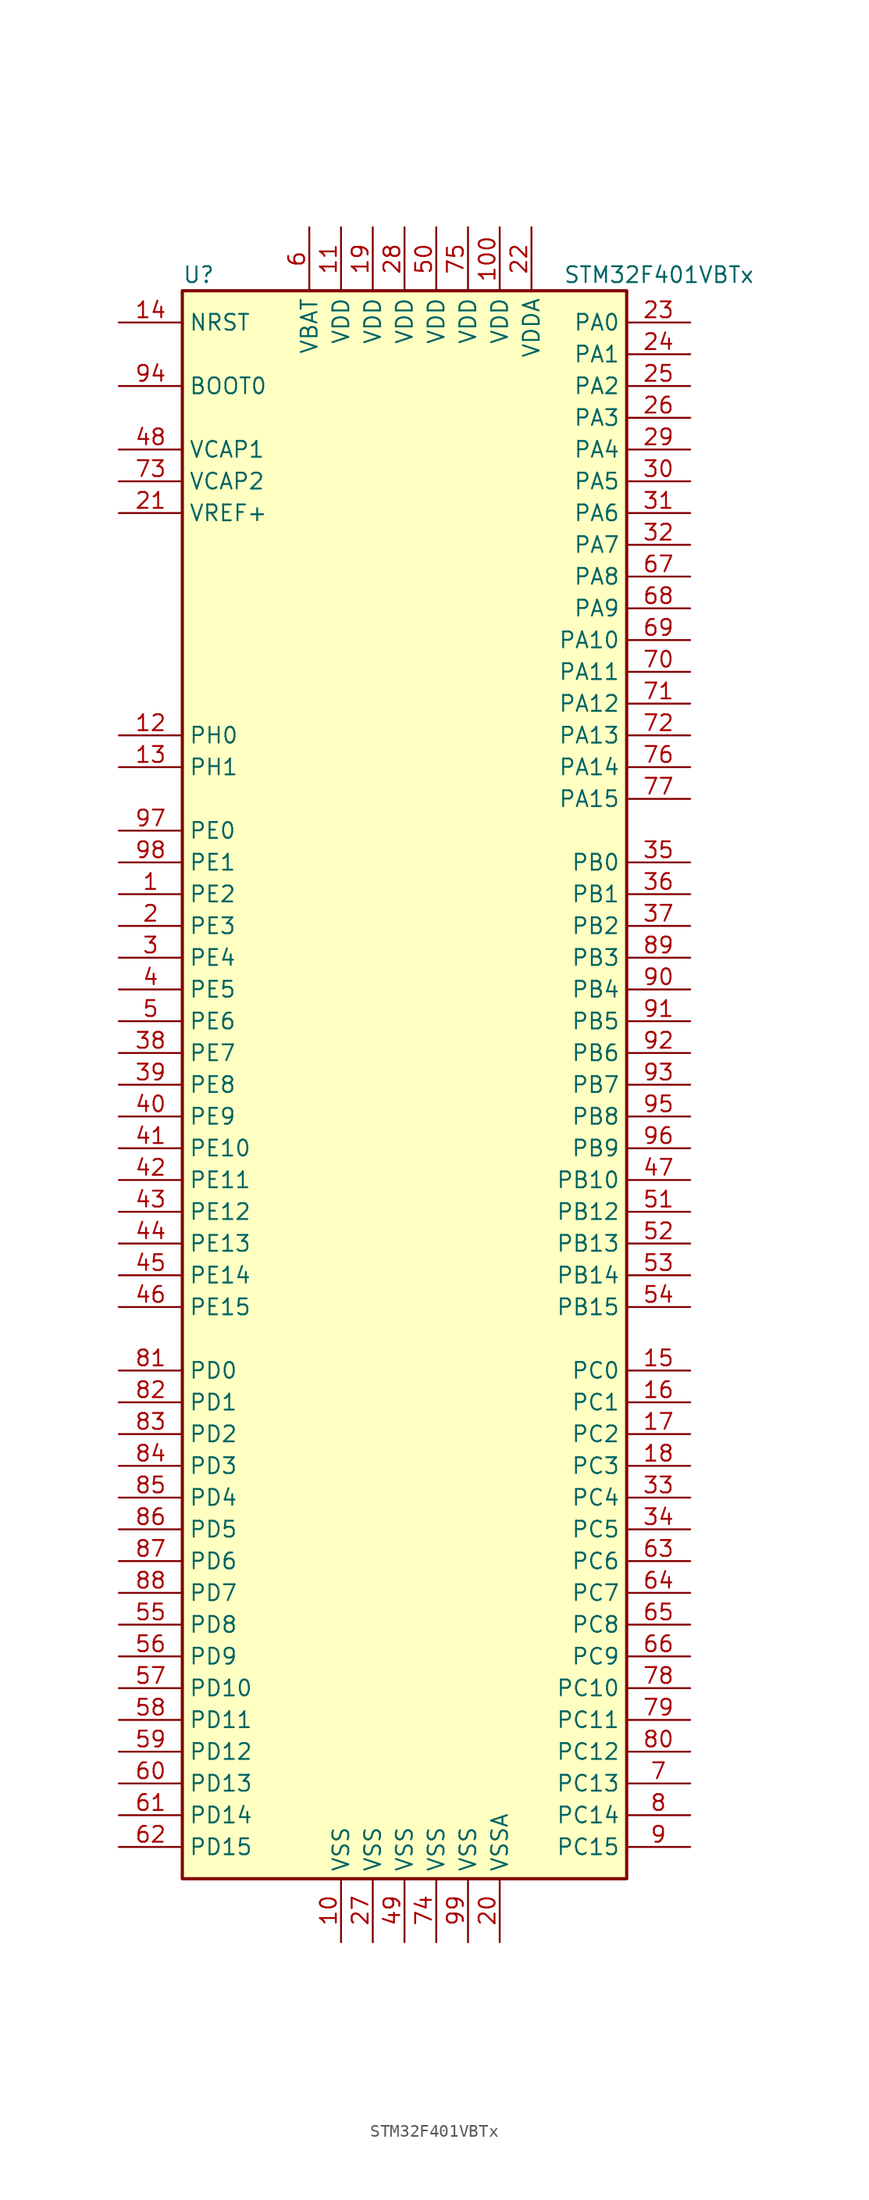
<source format=kicad_sym>
(kicad_symbol_lib
  (version 20201005)
  (generator kicad_symbol_editor)
  (symbol "STM32F401VBTx"
    (property "Reference" "U"
      (at -17.78 64.77 0)
      (effects (font (size 1.27 1.27)) (justify left)))
    (property "Value" "STM32F401VBTx"
      (at 12.7 64.77 0)
      (effects (font (size 1.27 1.27)) (justify left)))
    (symbol "STM32F401VBTx_0_1"
      (rectangle (start -17.78 -63.5) (end 17.78 63.5) (stroke (width 0.254)) (fill (type background))))
    (symbol "STM32F401VBTx_1_1"
      (pin input line (at -22.86 55.88 0) (length 5.08) (name "BOOT0" (effects (font (size 1.27 1.27)))) (number "94" (effects (font (size 1.27 1.27)))))
      (pin input line (at -22.86 60.96 0) (length 5.08) (name "NRST" (effects (font (size 1.27 1.27)))) (number "14" (effects (font (size 1.27 1.27)))))
      (pin bidirectional line (at 22.86 60.96 180) (length 5.08) (name "PA0" (effects (font (size 1.27 1.27)))) (number "23" (effects (font (size 1.27 1.27)))))
      (pin bidirectional line (at 22.86 58.42 180) (length 5.08) (name "PA1" (effects (font (size 1.27 1.27)))) (number "24" (effects (font (size 1.27 1.27)))))
      (pin bidirectional line (at 22.86 35.56 180) (length 5.08) (name "PA10" (effects (font (size 1.27 1.27)))) (number "69" (effects (font (size 1.27 1.27)))))
      (pin bidirectional line (at 22.86 33.02 180) (length 5.08) (name "PA11" (effects (font (size 1.27 1.27)))) (number "70" (effects (font (size 1.27 1.27)))))
      (pin bidirectional line (at 22.86 30.48 180) (length 5.08) (name "PA12" (effects (font (size 1.27 1.27)))) (number "71" (effects (font (size 1.27 1.27)))))
      (pin bidirectional line (at 22.86 27.94 180) (length 5.08) (name "PA13" (effects (font (size 1.27 1.27)))) (number "72" (effects (font (size 1.27 1.27)))))
      (pin bidirectional line (at 22.86 25.4 180) (length 5.08) (name "PA14" (effects (font (size 1.27 1.27)))) (number "76" (effects (font (size 1.27 1.27)))))
      (pin bidirectional line (at 22.86 22.86 180) (length 5.08) (name "PA15" (effects (font (size 1.27 1.27)))) (number "77" (effects (font (size 1.27 1.27)))))
      (pin bidirectional line (at 22.86 55.88 180) (length 5.08) (name "PA2" (effects (font (size 1.27 1.27)))) (number "25" (effects (font (size 1.27 1.27)))))
      (pin bidirectional line (at 22.86 53.34 180) (length 5.08) (name "PA3" (effects (font (size 1.27 1.27)))) (number "26" (effects (font (size 1.27 1.27)))))
      (pin bidirectional line (at 22.86 50.8 180) (length 5.08) (name "PA4" (effects (font (size 1.27 1.27)))) (number "29" (effects (font (size 1.27 1.27)))))
      (pin bidirectional line (at 22.86 48.26 180) (length 5.08) (name "PA5" (effects (font (size 1.27 1.27)))) (number "30" (effects (font (size 1.27 1.27)))))
      (pin bidirectional line (at 22.86 45.72 180) (length 5.08) (name "PA6" (effects (font (size 1.27 1.27)))) (number "31" (effects (font (size 1.27 1.27)))))
      (pin bidirectional line (at 22.86 43.18 180) (length 5.08) (name "PA7" (effects (font (size 1.27 1.27)))) (number "32" (effects (font (size 1.27 1.27)))))
      (pin bidirectional line (at 22.86 40.64 180) (length 5.08) (name "PA8" (effects (font (size 1.27 1.27)))) (number "67" (effects (font (size 1.27 1.27)))))
      (pin bidirectional line (at 22.86 38.1 180) (length 5.08) (name "PA9" (effects (font (size 1.27 1.27)))) (number "68" (effects (font (size 1.27 1.27)))))
      (pin bidirectional line (at 22.86 17.78 180) (length 5.08) (name "PB0" (effects (font (size 1.27 1.27)))) (number "35" (effects (font (size 1.27 1.27)))))
      (pin bidirectional line (at 22.86 15.24 180) (length 5.08) (name "PB1" (effects (font (size 1.27 1.27)))) (number "36" (effects (font (size 1.27 1.27)))))
      (pin bidirectional line (at 22.86 -7.62 180) (length 5.08) (name "PB10" (effects (font (size 1.27 1.27)))) (number "47" (effects (font (size 1.27 1.27)))))
      (pin bidirectional line (at 22.86 -10.16 180) (length 5.08) (name "PB12" (effects (font (size 1.27 1.27)))) (number "51" (effects (font (size 1.27 1.27)))))
      (pin bidirectional line (at 22.86 -12.7 180) (length 5.08) (name "PB13" (effects (font (size 1.27 1.27)))) (number "52" (effects (font (size 1.27 1.27)))))
      (pin bidirectional line (at 22.86 -15.24 180) (length 5.08) (name "PB14" (effects (font (size 1.27 1.27)))) (number "53" (effects (font (size 1.27 1.27)))))
      (pin bidirectional line (at 22.86 -17.78 180) (length 5.08) (name "PB15" (effects (font (size 1.27 1.27)))) (number "54" (effects (font (size 1.27 1.27)))))
      (pin bidirectional line (at 22.86 12.7 180) (length 5.08) (name "PB2" (effects (font (size 1.27 1.27)))) (number "37" (effects (font (size 1.27 1.27)))))
      (pin bidirectional line (at 22.86 10.16 180) (length 5.08) (name "PB3" (effects (font (size 1.27 1.27)))) (number "89" (effects (font (size 1.27 1.27)))))
      (pin bidirectional line (at 22.86 7.62 180) (length 5.08) (name "PB4" (effects (font (size 1.27 1.27)))) (number "90" (effects (font (size 1.27 1.27)))))
      (pin bidirectional line (at 22.86 5.08 180) (length 5.08) (name "PB5" (effects (font (size 1.27 1.27)))) (number "91" (effects (font (size 1.27 1.27)))))
      (pin bidirectional line (at 22.86 2.54 180) (length 5.08) (name "PB6" (effects (font (size 1.27 1.27)))) (number "92" (effects (font (size 1.27 1.27)))))
      (pin bidirectional line (at 22.86 0 180) (length 5.08) (name "PB7" (effects (font (size 1.27 1.27)))) (number "93" (effects (font (size 1.27 1.27)))))
      (pin bidirectional line (at 22.86 -2.54 180) (length 5.08) (name "PB8" (effects (font (size 1.27 1.27)))) (number "95" (effects (font (size 1.27 1.27)))))
      (pin bidirectional line (at 22.86 -5.08 180) (length 5.08) (name "PB9" (effects (font (size 1.27 1.27)))) (number "96" (effects (font (size 1.27 1.27)))))
      (pin bidirectional line (at 22.86 -22.86 180) (length 5.08) (name "PC0" (effects (font (size 1.27 1.27)))) (number "15" (effects (font (size 1.27 1.27)))))
      (pin bidirectional line (at 22.86 -25.4 180) (length 5.08) (name "PC1" (effects (font (size 1.27 1.27)))) (number "16" (effects (font (size 1.27 1.27)))))
      (pin bidirectional line (at 22.86 -48.26 180) (length 5.08) (name "PC10" (effects (font (size 1.27 1.27)))) (number "78" (effects (font (size 1.27 1.27)))))
      (pin bidirectional line (at 22.86 -50.8 180) (length 5.08) (name "PC11" (effects (font (size 1.27 1.27)))) (number "79" (effects (font (size 1.27 1.27)))))
      (pin bidirectional line (at 22.86 -53.34 180) (length 5.08) (name "PC12" (effects (font (size 1.27 1.27)))) (number "80" (effects (font (size 1.27 1.27)))))
      (pin bidirectional line (at 22.86 -55.88 180) (length 5.08) (name "PC13" (effects (font (size 1.27 1.27)))) (number "7" (effects (font (size 1.27 1.27)))))
      (pin bidirectional line (at 22.86 -58.42 180) (length 5.08) (name "PC14" (effects (font (size 1.27 1.27)))) (number "8" (effects (font (size 1.27 1.27)))))
      (pin bidirectional line (at 22.86 -60.96 180) (length 5.08) (name "PC15" (effects (font (size 1.27 1.27)))) (number "9" (effects (font (size 1.27 1.27)))))
      (pin bidirectional line (at 22.86 -27.94 180) (length 5.08) (name "PC2" (effects (font (size 1.27 1.27)))) (number "17" (effects (font (size 1.27 1.27)))))
      (pin bidirectional line (at 22.86 -30.48 180) (length 5.08) (name "PC3" (effects (font (size 1.27 1.27)))) (number "18" (effects (font (size 1.27 1.27)))))
      (pin bidirectional line (at 22.86 -33.02 180) (length 5.08) (name "PC4" (effects (font (size 1.27 1.27)))) (number "33" (effects (font (size 1.27 1.27)))))
      (pin bidirectional line (at 22.86 -35.56 180) (length 5.08) (name "PC5" (effects (font (size 1.27 1.27)))) (number "34" (effects (font (size 1.27 1.27)))))
      (pin bidirectional line (at 22.86 -38.1 180) (length 5.08) (name "PC6" (effects (font (size 1.27 1.27)))) (number "63" (effects (font (size 1.27 1.27)))))
      (pin bidirectional line (at 22.86 -40.64 180) (length 5.08) (name "PC7" (effects (font (size 1.27 1.27)))) (number "64" (effects (font (size 1.27 1.27)))))
      (pin bidirectional line (at 22.86 -43.18 180) (length 5.08) (name "PC8" (effects (font (size 1.27 1.27)))) (number "65" (effects (font (size 1.27 1.27)))))
      (pin bidirectional line (at 22.86 -45.72 180) (length 5.08) (name "PC9" (effects (font (size 1.27 1.27)))) (number "66" (effects (font (size 1.27 1.27)))))
      (pin bidirectional line (at -22.86 -22.86 0) (length 5.08) (name "PD0" (effects (font (size 1.27 1.27)))) (number "81" (effects (font (size 1.27 1.27)))))
      (pin bidirectional line (at -22.86 -25.4 0) (length 5.08) (name "PD1" (effects (font (size 1.27 1.27)))) (number "82" (effects (font (size 1.27 1.27)))))
      (pin bidirectional line (at -22.86 -48.26 0) (length 5.08) (name "PD10" (effects (font (size 1.27 1.27)))) (number "57" (effects (font (size 1.27 1.27)))))
      (pin bidirectional line (at -22.86 -50.8 0) (length 5.08) (name "PD11" (effects (font (size 1.27 1.27)))) (number "58" (effects (font (size 1.27 1.27)))))
      (pin bidirectional line (at -22.86 -53.34 0) (length 5.08) (name "PD12" (effects (font (size 1.27 1.27)))) (number "59" (effects (font (size 1.27 1.27)))))
      (pin bidirectional line (at -22.86 -55.88 0) (length 5.08) (name "PD13" (effects (font (size 1.27 1.27)))) (number "60" (effects (font (size 1.27 1.27)))))
      (pin bidirectional line (at -22.86 -58.42 0) (length 5.08) (name "PD14" (effects (font (size 1.27 1.27)))) (number "61" (effects (font (size 1.27 1.27)))))
      (pin bidirectional line (at -22.86 -60.96 0) (length 5.08) (name "PD15" (effects (font (size 1.27 1.27)))) (number "62" (effects (font (size 1.27 1.27)))))
      (pin bidirectional line (at -22.86 -27.94 0) (length 5.08) (name "PD2" (effects (font (size 1.27 1.27)))) (number "83" (effects (font (size 1.27 1.27)))))
      (pin bidirectional line (at -22.86 -30.48 0) (length 5.08) (name "PD3" (effects (font (size 1.27 1.27)))) (number "84" (effects (font (size 1.27 1.27)))))
      (pin bidirectional line (at -22.86 -33.02 0) (length 5.08) (name "PD4" (effects (font (size 1.27 1.27)))) (number "85" (effects (font (size 1.27 1.27)))))
      (pin bidirectional line (at -22.86 -35.56 0) (length 5.08) (name "PD5" (effects (font (size 1.27 1.27)))) (number "86" (effects (font (size 1.27 1.27)))))
      (pin bidirectional line (at -22.86 -38.1 0) (length 5.08) (name "PD6" (effects (font (size 1.27 1.27)))) (number "87" (effects (font (size 1.27 1.27)))))
      (pin bidirectional line (at -22.86 -40.64 0) (length 5.08) (name "PD7" (effects (font (size 1.27 1.27)))) (number "88" (effects (font (size 1.27 1.27)))))
      (pin bidirectional line (at -22.86 -43.18 0) (length 5.08) (name "PD8" (effects (font (size 1.27 1.27)))) (number "55" (effects (font (size 1.27 1.27)))))
      (pin bidirectional line (at -22.86 -45.72 0) (length 5.08) (name "PD9" (effects (font (size 1.27 1.27)))) (number "56" (effects (font (size 1.27 1.27)))))
      (pin bidirectional line (at -22.86 20.32 0) (length 5.08) (name "PE0" (effects (font (size 1.27 1.27)))) (number "97" (effects (font (size 1.27 1.27)))))
      (pin bidirectional line (at -22.86 17.78 0) (length 5.08) (name "PE1" (effects (font (size 1.27 1.27)))) (number "98" (effects (font (size 1.27 1.27)))))
      (pin bidirectional line (at -22.86 -5.08 0) (length 5.08) (name "PE10" (effects (font (size 1.27 1.27)))) (number "41" (effects (font (size 1.27 1.27)))))
      (pin bidirectional line (at -22.86 -7.62 0) (length 5.08) (name "PE11" (effects (font (size 1.27 1.27)))) (number "42" (effects (font (size 1.27 1.27)))))
      (pin bidirectional line (at -22.86 -10.16 0) (length 5.08) (name "PE12" (effects (font (size 1.27 1.27)))) (number "43" (effects (font (size 1.27 1.27)))))
      (pin bidirectional line (at -22.86 -12.7 0) (length 5.08) (name "PE13" (effects (font (size 1.27 1.27)))) (number "44" (effects (font (size 1.27 1.27)))))
      (pin bidirectional line (at -22.86 -15.24 0) (length 5.08) (name "PE14" (effects (font (size 1.27 1.27)))) (number "45" (effects (font (size 1.27 1.27)))))
      (pin bidirectional line (at -22.86 -17.78 0) (length 5.08) (name "PE15" (effects (font (size 1.27 1.27)))) (number "46" (effects (font (size 1.27 1.27)))))
      (pin bidirectional line (at -22.86 15.24 0) (length 5.08) (name "PE2" (effects (font (size 1.27 1.27)))) (number "1" (effects (font (size 1.27 1.27)))))
      (pin bidirectional line (at -22.86 12.7 0) (length 5.08) (name "PE3" (effects (font (size 1.27 1.27)))) (number "2" (effects (font (size 1.27 1.27)))))
      (pin bidirectional line (at -22.86 10.16 0) (length 5.08) (name "PE4" (effects (font (size 1.27 1.27)))) (number "3" (effects (font (size 1.27 1.27)))))
      (pin bidirectional line (at -22.86 7.62 0) (length 5.08) (name "PE5" (effects (font (size 1.27 1.27)))) (number "4" (effects (font (size 1.27 1.27)))))
      (pin bidirectional line (at -22.86 5.08 0) (length 5.08) (name "PE6" (effects (font (size 1.27 1.27)))) (number "5" (effects (font (size 1.27 1.27)))))
      (pin bidirectional line (at -22.86 2.54 0) (length 5.08) (name "PE7" (effects (font (size 1.27 1.27)))) (number "38" (effects (font (size 1.27 1.27)))))
      (pin bidirectional line (at -22.86 0 0) (length 5.08) (name "PE8" (effects (font (size 1.27 1.27)))) (number "39" (effects (font (size 1.27 1.27)))))
      (pin bidirectional line (at -22.86 -2.54 0) (length 5.08) (name "PE9" (effects (font (size 1.27 1.27)))) (number "40" (effects (font (size 1.27 1.27)))))
      (pin input line (at -22.86 27.94 0) (length 5.08) (name "PH0" (effects (font (size 1.27 1.27)))) (number "12" (effects (font (size 1.27 1.27)))))
      (pin input line (at -22.86 25.4 0) (length 5.08) (name "PH1" (effects (font (size 1.27 1.27)))) (number "13" (effects (font (size 1.27 1.27)))))
      (pin power_in line (at -7.62 68.58 270) (length 5.08) (name "VBAT" (effects (font (size 1.27 1.27)))) (number "6" (effects (font (size 1.27 1.27)))))
      (pin power_in line (at -22.86 50.8 0) (length 5.08) (name "VCAP1" (effects (font (size 1.27 1.27)))) (number "48" (effects (font (size 1.27 1.27)))))
      (pin power_in line (at -22.86 48.26 0) (length 5.08) (name "VCAP2" (effects (font (size 1.27 1.27)))) (number "73" (effects (font (size 1.27 1.27)))))
      (pin power_in line (at 7.62 68.58 270) (length 5.08) (name "VDD" (effects (font (size 1.27 1.27)))) (number "100" (effects (font (size 1.27 1.27)))))
      (pin power_in line (at -5.08 68.58 270) (length 5.08) (name "VDD" (effects (font (size 1.27 1.27)))) (number "11" (effects (font (size 1.27 1.27)))))
      (pin power_in line (at -2.54 68.58 270) (length 5.08) (name "VDD" (effects (font (size 1.27 1.27)))) (number "19" (effects (font (size 1.27 1.27)))))
      (pin power_in line (at 0 68.58 270) (length 5.08) (name "VDD" (effects (font (size 1.27 1.27)))) (number "28" (effects (font (size 1.27 1.27)))))
      (pin power_in line (at 2.54 68.58 270) (length 5.08) (name "VDD" (effects (font (size 1.27 1.27)))) (number "50" (effects (font (size 1.27 1.27)))))
      (pin power_in line (at 5.08 68.58 270) (length 5.08) (name "VDD" (effects (font (size 1.27 1.27)))) (number "75" (effects (font (size 1.27 1.27)))))
      (pin power_in line (at 10.16 68.58 270) (length 5.08) (name "VDDA" (effects (font (size 1.27 1.27)))) (number "22" (effects (font (size 1.27 1.27)))))
      (pin power_in line (at -22.86 45.72 0) (length 5.08) (name "VREF+" (effects (font (size 1.27 1.27)))) (number "21" (effects (font (size 1.27 1.27)))))
      (pin power_in line (at -5.08 -68.58 90) (length 5.08) (name "VSS" (effects (font (size 1.27 1.27)))) (number "10" (effects (font (size 1.27 1.27)))))
      (pin power_in line (at -2.54 -68.58 90) (length 5.08) (name "VSS" (effects (font (size 1.27 1.27)))) (number "27" (effects (font (size 1.27 1.27)))))
      (pin power_in line (at 0 -68.58 90) (length 5.08) (name "VSS" (effects (font (size 1.27 1.27)))) (number "49" (effects (font (size 1.27 1.27)))))
      (pin power_in line (at 2.54 -68.58 90) (length 5.08) (name "VSS" (effects (font (size 1.27 1.27)))) (number "74" (effects (font (size 1.27 1.27)))))
      (pin power_in line (at 5.08 -68.58 90) (length 5.08) (name "VSS" (effects (font (size 1.27 1.27)))) (number "99" (effects (font (size 1.27 1.27)))))
      (pin power_in line (at 7.62 -68.58 90) (length 5.08) (name "VSSA" (effects (font (size 1.27 1.27)))) (number "20" (effects (font (size 1.27 1.27))))))))
</source>
